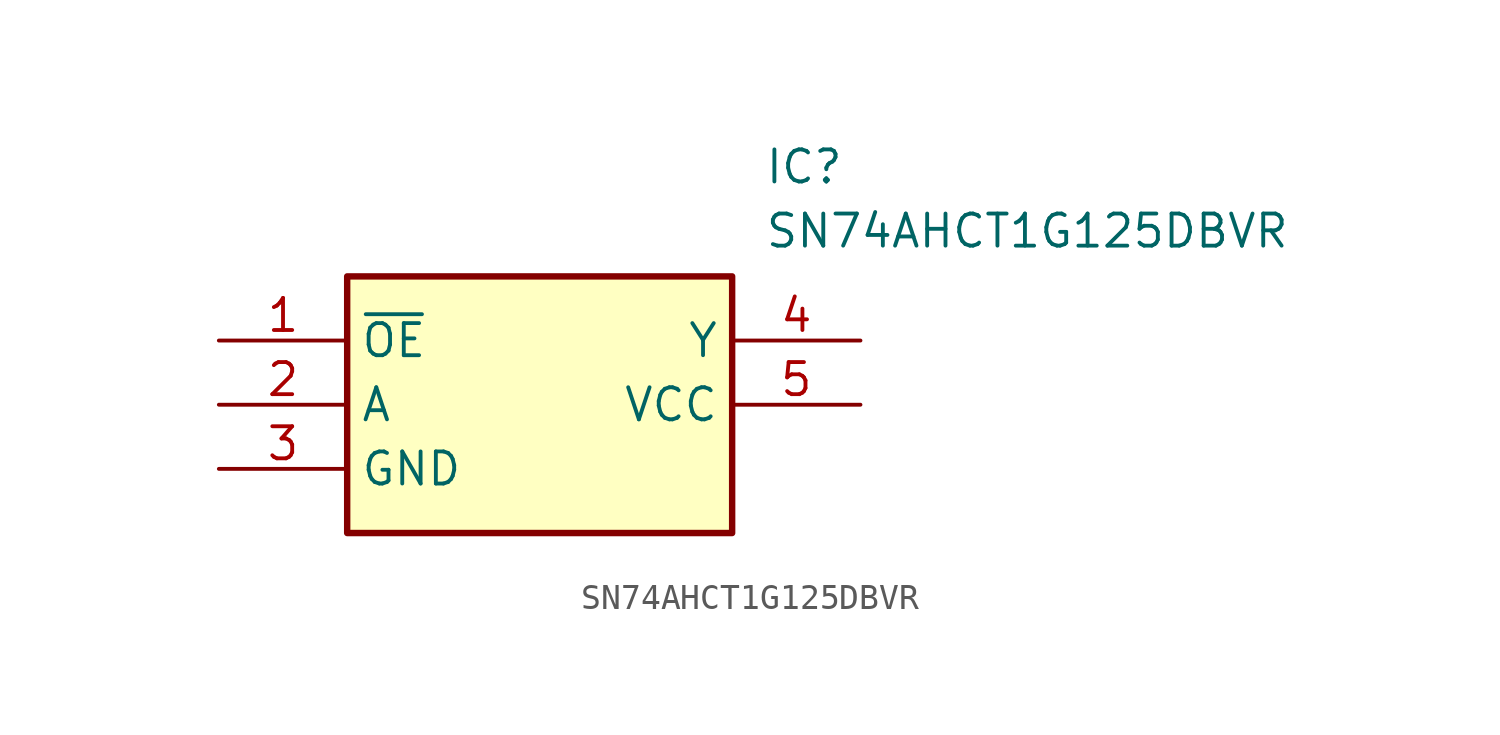
<source format=kicad_sym>
(kicad_symbol_lib
  (version 20211014)
  (generator SamacSys_ECAD_Model)
  (symbol "SN74AHCT1G125DBVR"
    (property "Reference" "IC"
      (at 21.59 7.62 0)
      (effects (font (size 1.27 1.27)) (justify left top)))
    (property "Value" "SN74AHCT1G125DBVR"
      (at 21.59 5.08 0)
      (effects (font (size 1.27 1.27)) (justify left top)))
    (rectangle
      (start 5.08 2.54)
      (end 20.32 -7.62)
      (stroke (width 0.254) (type default))
      (fill (type background)))
    (pin passive line
      (at 0 0 0)
      (length 5.08)
      (name "~{OE}" (effects (font (size 1.27 1.27))))
      (number "1" (effects (font (size 1.27 1.27)))))
    (pin passive line
      (at 0 -2.54 0)
      (length 5.08)
      (name "A" (effects (font (size 1.27 1.27))))
      (number "2" (effects (font (size 1.27 1.27)))))
    (pin power_in line
      (at 0 -5.08 0)
      (length 5.08)
      (name "GND" (effects (font (size 1.27 1.27))))
      (number "3" (effects (font (size 1.27 1.27)))))
    (pin passive line
      (at 25.4 0 180)
      (length 5.08)
      (name "Y" (effects (font (size 1.27 1.27))))
      (number "4" (effects (font (size 1.27 1.27)))))
    (pin power_in line
      (at 25.4 -2.54 180)
      (length 5.08)
      (name "VCC" (effects (font (size 1.27 1.27))))
      (number "5" (effects (font (size 1.27 1.27)))))))
</source>
